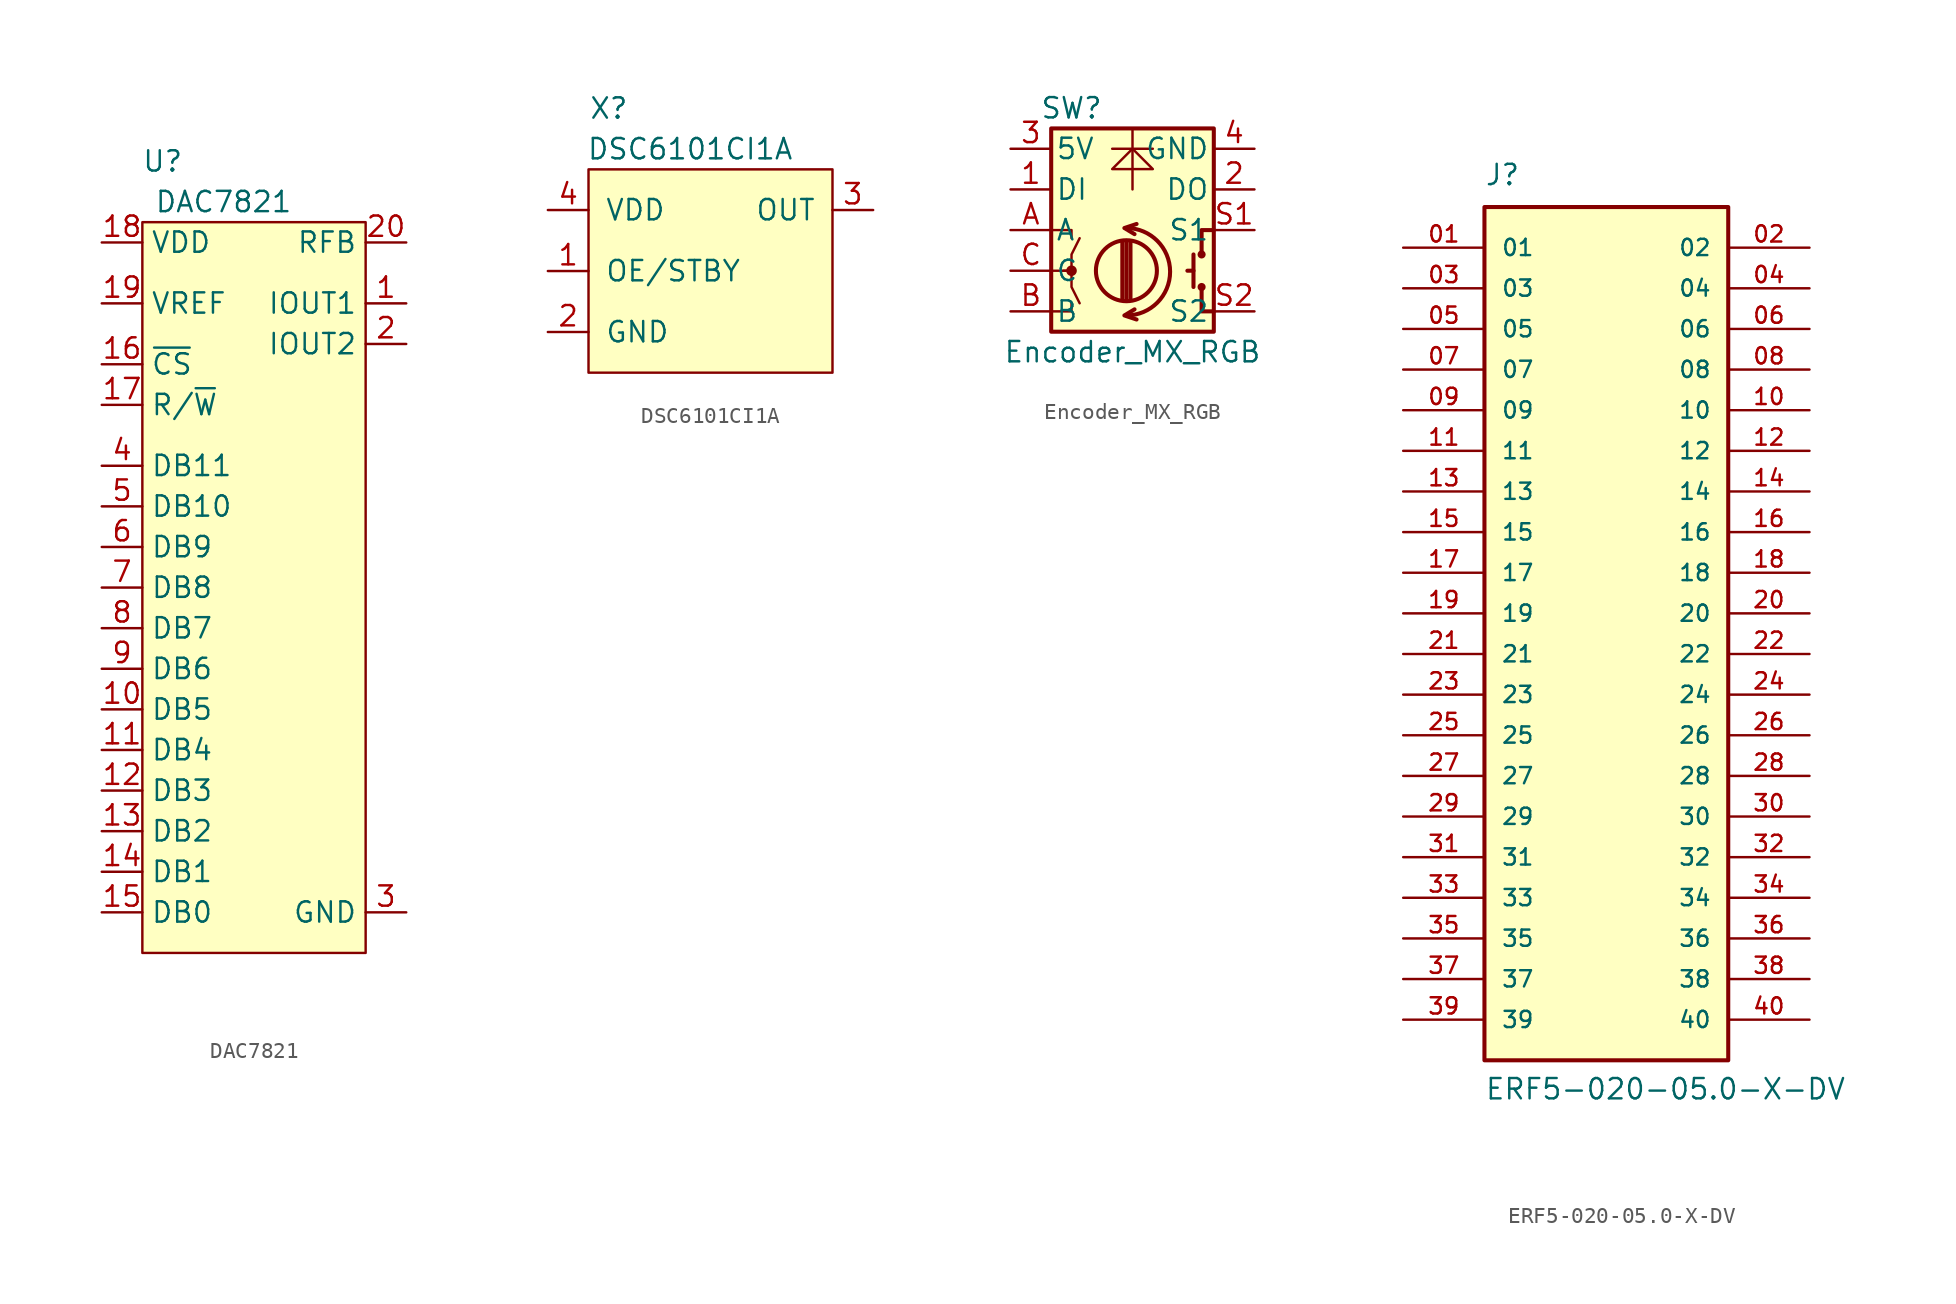
<source format=kicad_sym>
(kicad_symbol_lib
  (version 20231120)
  (generator "kicad_symbol_editor")
  (generator_version "8.0")
  (symbol "DAC7821"
    (property "Reference" "U"
      (at -5.08 25.4 0)
      (effects (font (size 1.27 1.27))))
    (property "Value" "DAC7821"
      (at -1.27 22.86 0)
      (effects (font (size 1.27 1.27))))
    (symbol "DAC7821_0_1"
      (rectangle (start -6.35 21.59) (end 7.62 -24.13) (stroke (width 0.152) (type default)) (fill (type background))))
    (symbol "DAC7821_1_1"
      (pin output line (at 10.16 16.51 180) (length 2.54) (name "IOUT1" (effects (font (size 1.27 1.27)))) (number "1" (effects (font (size 1.27 1.27)))))
      (pin input line (at -8.89 -8.89 0) (length 2.54) (name "DB5" (effects (font (size 1.27 1.27)))) (number "10" (effects (font (size 1.27 1.27)))))
      (pin input line (at -8.89 -11.43 0) (length 2.54) (name "DB4" (effects (font (size 1.27 1.27)))) (number "11" (effects (font (size 1.27 1.27)))))
      (pin input line (at -8.89 -13.97 0) (length 2.54) (name "DB3" (effects (font (size 1.27 1.27)))) (number "12" (effects (font (size 1.27 1.27)))))
      (pin input line (at -8.89 -16.51 0) (length 2.54) (name "DB2" (effects (font (size 1.27 1.27)))) (number "13" (effects (font (size 1.27 1.27)))))
      (pin input line (at -8.89 -19.05 0) (length 2.54) (name "DB1" (effects (font (size 1.27 1.27)))) (number "14" (effects (font (size 1.27 1.27)))))
      (pin input line (at -8.89 -21.59 0) (length 2.54) (name "DB0" (effects (font (size 1.27 1.27)))) (number "15" (effects (font (size 1.27 1.27)))))
      (pin input line (at -8.89 12.7 0) (length 2.54) (name "~{CS}" (effects (font (size 1.27 1.27)))) (number "16" (effects (font (size 1.27 1.27)))))
      (pin bidirectional line (at -8.89 10.16 0) (length 2.54) (name "R/~{W}" (effects (font (size 1.27 1.27)))) (number "17" (effects (font (size 1.27 1.27)))))
      (pin power_in line (at -8.89 20.32 0) (length 2.54) (name "VDD" (effects (font (size 1.27 1.27)))) (number "18" (effects (font (size 1.27 1.27)))))
      (pin input line (at -8.89 16.51 0) (length 2.54) (name "VREF" (effects (font (size 1.27 1.27)))) (number "19" (effects (font (size 1.27 1.27)))))
      (pin output line (at 10.16 13.97 180) (length 2.54) (name "IOUT2" (effects (font (size 1.27 1.27)))) (number "2" (effects (font (size 1.27 1.27)))))
      (pin input line (at 10.16 20.32 180) (length 2.54) (name "RFB" (effects (font (size 1.27 1.27)))) (number "20" (effects (font (size 1.27 1.27)))))
      (pin power_out line (at 10.16 -21.59 180) (length 2.54) (name "GND" (effects (font (size 1.27 1.27)))) (number "3" (effects (font (size 1.27 1.27)))))
      (pin input line (at -8.89 6.35 0) (length 2.54) (name "DB11" (effects (font (size 1.27 1.27)))) (number "4" (effects (font (size 1.27 1.27)))))
      (pin input line (at -8.89 3.81 0) (length 2.54) (name "DB10" (effects (font (size 1.27 1.27)))) (number "5" (effects (font (size 1.27 1.27)))))
      (pin input line (at -8.89 1.27 0) (length 2.54) (name "DB9" (effects (font (size 1.27 1.27)))) (number "6" (effects (font (size 1.27 1.27)))))
      (pin input line (at -8.89 -1.27 0) (length 2.54) (name "DB8" (effects (font (size 1.27 1.27)))) (number "7" (effects (font (size 1.27 1.27)))))
      (pin input line (at -8.89 -3.81 0) (length 2.54) (name "DB7" (effects (font (size 1.27 1.27)))) (number "8" (effects (font (size 1.27 1.27)))))
      (pin input line (at -8.89 -6.35 0) (length 2.54) (name "DB6" (effects (font (size 1.27 1.27)))) (number "9" (effects (font (size 1.27 1.27)))))))
  (symbol "DSC6101CI1A"
    (pin_names
      (offset 1.016))
    (property "Reference" "X"
      (at -6.35 10.16 0)
      (effects (font (size 1.27 1.27))))
    (property "Value" "DSC6101CI1A"
      (at -1.27 7.62 0)
      (effects (font (size 1.27 1.27))))
    (symbol "DSC6101CI1A_0_1"
      (rectangle (start -7.62 6.35) (end 7.62 -6.35) (stroke (width 0) (type default)) (fill (type background))))
    (symbol "DSC6101CI1A_1_1"
      (pin input line (at -10.16 0 0) (length 2.54) (name "OE/STBY" (effects (font (size 1.27 1.27)))) (number "1" (effects (font (size 1.27 1.27)))))
      (pin input line (at -10.16 -3.81 0) (length 2.54) (name "GND" (effects (font (size 1.27 1.27)))) (number "2" (effects (font (size 1.27 1.27)))))
      (pin output line (at 10.16 3.81 180) (length 2.54) (name "OUT" (effects (font (size 1.27 1.27)))) (number "3" (effects (font (size 1.27 1.27)))))
      (pin power_in line (at -10.16 3.81 0) (length 2.54) (name "VDD" (effects (font (size 1.27 1.27)))) (number "4" (effects (font (size 1.27 1.27)))))))
  (symbol "Encoder_MX_RGB"
    (pin_names
      (offset 0.254))
    (property "Reference" "SW"
      (at -3.81 7.62 0)
      (effects (font (size 1.27 1.27))))
    (property "Value" "Encoder_MX_RGB"
      (at 0 -7.62 0)
      (effects (font (size 1.27 1.27))))
    (symbol "Encoder_MX_RGB_0_1"
      (rectangle (start -5.08 6.35) (end 5.08 -6.35) (stroke (width 0.254) (type default)) (fill (type background)))
      (circle (center -3.81 -2.54) (radius 0.254) (stroke (width 0) (type default)) (fill (type outline)))
      (arc (start -0.381 -5.334) (mid 2.3376 -2.6035) (end -0.381 0.127) (stroke (width 0.254) (type default)) (fill (type none)))
      (circle (center -0.381 -2.54) (radius 1.905) (stroke (width 0.254) (type default)) (fill (type none)))
      (polyline (pts (xy -0.635 -4.318) (xy -0.635 -0.762)) (stroke (width 0.254) (type default)) (fill (type none)))
      (polyline (pts (xy -0.381 -4.318) (xy -0.381 -0.762)) (stroke (width 0.254) (type default)) (fill (type none)))
      (polyline (pts (xy -0.127 -0.762) (xy -0.127 -4.318)) (stroke (width 0.254) (type default)) (fill (type none)))
      (polyline (pts (xy 0 2.54) (xy 0 6.35)) (stroke (width 0) (type default)) (fill (type none)))
      (polyline (pts (xy 3.81 -2.54) (xy 3.429 -2.54)) (stroke (width 0.254) (type default)) (fill (type none)))
      (polyline (pts (xy 3.81 -1.524) (xy 3.81 -3.556)) (stroke (width 0.254) (type default)) (fill (type none)))
      (polyline (pts (xy -5.08 -5.08) (xy -3.81 -5.08) (xy -3.81 -4.572)) (stroke (width 0) (type default)) (fill (type none)))
      (polyline (pts (xy -5.08 0) (xy -3.81 0) (xy -3.81 -0.508)) (stroke (width 0) (type default)) (fill (type none)))
      (polyline (pts (xy 0.254 -5.588) (xy -0.508 -5.334) (xy 0.127 -4.953)) (stroke (width 0.254) (type default)) (fill (type none)))
      (polyline (pts (xy 0.254 0.381) (xy -0.508 0.127) (xy 0.127 -0.254)) (stroke (width 0.254) (type default)) (fill (type none)))
      (polyline (pts (xy 5.08 -5.08) (xy 4.318 -5.08) (xy 4.318 -3.556)) (stroke (width 0.254) (type default)) (fill (type none)))
      (polyline (pts (xy 5.08 0) (xy 4.318 0) (xy 4.318 -1.524)) (stroke (width 0.254) (type default)) (fill (type none)))
      (polyline (pts (xy -5.08 -2.54) (xy -3.81 -2.54) (xy -3.81 -3.556) (xy -3.302 -4.572)) (stroke (width 0) (type default)) (fill (type none)))
      (polyline (pts (xy -4.318 -2.54) (xy -3.81 -2.54) (xy -3.81 -1.524) (xy -3.302 -0.508)) (stroke (width 0) (type default)) (fill (type none)))
      (polyline (pts (xy 0 5.08) (xy -1.27 3.81) (xy 0 3.81) (xy 1.27 3.81) (xy 0 5.08) (xy -1.27 5.08) (xy 1.27 5.08)) (stroke (width 0) (type default)) (fill (type none)))
      (circle (center 4.318 -3.556) (radius 0.127) (stroke (width 0.254) (type default)) (fill (type none)))
      (circle (center 4.318 -1.524) (radius 0.127) (stroke (width 0.254) (type default)) (fill (type none))))
    (symbol "Encoder_MX_RGB_1_1"
      (pin input line (at -7.62 2.54 0) (length 2.54) (name "DI" (effects (font (size 1.27 1.27)))) (number "1" (effects (font (size 1.27 1.27)))))
      (pin output line (at 7.62 2.54 180) (length 2.54) (name "DO" (effects (font (size 1.27 1.27)))) (number "2" (effects (font (size 1.27 1.27)))))
      (pin input line (at -7.62 5.08 0) (length 2.54) (name "5V" (effects (font (size 1.27 1.27)))) (number "3" (effects (font (size 1.27 1.27)))))
      (pin input line (at 7.62 5.08 180) (length 2.54) (name "GND" (effects (font (size 1.27 1.27)))) (number "4" (effects (font (size 1.27 1.27)))))
      (pin passive line (at -7.62 0 0) (length 2.54) (name "A" (effects (font (size 1.27 1.27)))) (number "A" (effects (font (size 1.27 1.27)))))
      (pin passive line (at -7.62 -5.08 0) (length 2.54) (name "B" (effects (font (size 1.27 1.27)))) (number "B" (effects (font (size 1.27 1.27)))))
      (pin passive line (at -7.62 -2.54 0) (length 2.54) (name "C" (effects (font (size 1.27 1.27)))) (number "C" (effects (font (size 1.27 1.27)))))
      (pin passive line (at 7.62 0 180) (length 2.54) (name "S1" (effects (font (size 1.27 1.27)))) (number "S1" (effects (font (size 1.27 1.27)))))
      (pin passive line (at 7.62 -5.08 180) (length 2.54) (name "S2" (effects (font (size 1.27 1.27)))) (number "S2" (effects (font (size 1.27 1.27)))))))
  (symbol "ERF5-020-05.0-X-DV"
    (pin_names
      (offset 1.016))
    (property "Reference" "J"
      (at -7.62 26.67 0)
      (effects (font (size 1.27 1.27)) (justify left bottom)))
    (property "Value" "ERF5-020-05.0-X-DV"
      (at -7.62 -30.48 0)
      (effects (font (size 1.27 1.27)) (justify left bottom)))
    (symbol "ERF5-020-05.0-X-DV_0_0"
      (rectangle (start -7.62 -27.94) (end 7.62 25.4) (stroke (width 0.254) (type default)) (fill (type background)))
      (pin passive line (at -12.7 22.86 0) (length 5.08) (name "01" (effects (font (size 1.016 1.016)))) (number "01" (effects (font (size 1.016 1.016)))))
      (pin passive line (at 12.7 22.86 180) (length 5.08) (name "02" (effects (font (size 1.016 1.016)))) (number "02" (effects (font (size 1.016 1.016)))))
      (pin passive line (at -12.7 20.32 0) (length 5.08) (name "03" (effects (font (size 1.016 1.016)))) (number "03" (effects (font (size 1.016 1.016)))))
      (pin passive line (at 12.7 20.32 180) (length 5.08) (name "04" (effects (font (size 1.016 1.016)))) (number "04" (effects (font (size 1.016 1.016)))))
      (pin passive line (at -12.7 17.78 0) (length 5.08) (name "05" (effects (font (size 1.016 1.016)))) (number "05" (effects (font (size 1.016 1.016)))))
      (pin passive line (at 12.7 17.78 180) (length 5.08) (name "06" (effects (font (size 1.016 1.016)))) (number "06" (effects (font (size 1.016 1.016)))))
      (pin passive line (at -12.7 15.24 0) (length 5.08) (name "07" (effects (font (size 1.016 1.016)))) (number "07" (effects (font (size 1.016 1.016)))))
      (pin passive line (at 12.7 15.24 180) (length 5.08) (name "08" (effects (font (size 1.016 1.016)))) (number "08" (effects (font (size 1.016 1.016)))))
      (pin passive line (at -12.7 12.7 0) (length 5.08) (name "09" (effects (font (size 1.016 1.016)))) (number "09" (effects (font (size 1.016 1.016)))))
      (pin passive line (at 12.7 12.7 180) (length 5.08) (name "10" (effects (font (size 1.016 1.016)))) (number "10" (effects (font (size 1.016 1.016)))))
      (pin passive line (at -12.7 10.16 0) (length 5.08) (name "11" (effects (font (size 1.016 1.016)))) (number "11" (effects (font (size 1.016 1.016)))))
      (pin passive line (at 12.7 10.16 180) (length 5.08) (name "12" (effects (font (size 1.016 1.016)))) (number "12" (effects (font (size 1.016 1.016)))))
      (pin passive line (at -12.7 7.62 0) (length 5.08) (name "13" (effects (font (size 1.016 1.016)))) (number "13" (effects (font (size 1.016 1.016)))))
      (pin passive line (at 12.7 7.62 180) (length 5.08) (name "14" (effects (font (size 1.016 1.016)))) (number "14" (effects (font (size 1.016 1.016)))))
      (pin passive line (at -12.7 5.08 0) (length 5.08) (name "15" (effects (font (size 1.016 1.016)))) (number "15" (effects (font (size 1.016 1.016)))))
      (pin passive line (at 12.7 5.08 180) (length 5.08) (name "16" (effects (font (size 1.016 1.016)))) (number "16" (effects (font (size 1.016 1.016)))))
      (pin passive line (at -12.7 2.54 0) (length 5.08) (name "17" (effects (font (size 1.016 1.016)))) (number "17" (effects (font (size 1.016 1.016)))))
      (pin passive line (at 12.7 2.54 180) (length 5.08) (name "18" (effects (font (size 1.016 1.016)))) (number "18" (effects (font (size 1.016 1.016)))))
      (pin passive line (at -12.7 0 0) (length 5.08) (name "19" (effects (font (size 1.016 1.016)))) (number "19" (effects (font (size 1.016 1.016)))))
      (pin passive line (at 12.7 0 180) (length 5.08) (name "20" (effects (font (size 1.016 1.016)))) (number "20" (effects (font (size 1.016 1.016)))))
      (pin passive line (at -12.7 -2.54 0) (length 5.08) (name "21" (effects (font (size 1.016 1.016)))) (number "21" (effects (font (size 1.016 1.016)))))
      (pin passive line (at 12.7 -2.54 180) (length 5.08) (name "22" (effects (font (size 1.016 1.016)))) (number "22" (effects (font (size 1.016 1.016)))))
      (pin passive line (at -12.7 -5.08 0) (length 5.08) (name "23" (effects (font (size 1.016 1.016)))) (number "23" (effects (font (size 1.016 1.016)))))
      (pin passive line (at 12.7 -5.08 180) (length 5.08) (name "24" (effects (font (size 1.016 1.016)))) (number "24" (effects (font (size 1.016 1.016)))))
      (pin passive line (at -12.7 -7.62 0) (length 5.08) (name "25" (effects (font (size 1.016 1.016)))) (number "25" (effects (font (size 1.016 1.016)))))
      (pin passive line (at 12.7 -7.62 180) (length 5.08) (name "26" (effects (font (size 1.016 1.016)))) (number "26" (effects (font (size 1.016 1.016)))))
      (pin passive line (at -12.7 -10.16 0) (length 5.08) (name "27" (effects (font (size 1.016 1.016)))) (number "27" (effects (font (size 1.016 1.016)))))
      (pin passive line (at 12.7 -10.16 180) (length 5.08) (name "28" (effects (font (size 1.016 1.016)))) (number "28" (effects (font (size 1.016 1.016)))))
      (pin passive line (at -12.7 -12.7 0) (length 5.08) (name "29" (effects (font (size 1.016 1.016)))) (number "29" (effects (font (size 1.016 1.016)))))
      (pin passive line (at 12.7 -12.7 180) (length 5.08) (name "30" (effects (font (size 1.016 1.016)))) (number "30" (effects (font (size 1.016 1.016)))))
      (pin passive line (at -12.7 -15.24 0) (length 5.08) (name "31" (effects (font (size 1.016 1.016)))) (number "31" (effects (font (size 1.016 1.016)))))
      (pin passive line (at 12.7 -15.24 180) (length 5.08) (name "32" (effects (font (size 1.016 1.016)))) (number "32" (effects (font (size 1.016 1.016)))))
      (pin passive line (at -12.7 -17.78 0) (length 5.08) (name "33" (effects (font (size 1.016 1.016)))) (number "33" (effects (font (size 1.016 1.016)))))
      (pin passive line (at 12.7 -17.78 180) (length 5.08) (name "34" (effects (font (size 1.016 1.016)))) (number "34" (effects (font (size 1.016 1.016)))))
      (pin passive line (at -12.7 -20.32 0) (length 5.08) (name "35" (effects (font (size 1.016 1.016)))) (number "35" (effects (font (size 1.016 1.016)))))
      (pin passive line (at 12.7 -20.32 180) (length 5.08) (name "36" (effects (font (size 1.016 1.016)))) (number "36" (effects (font (size 1.016 1.016)))))
      (pin passive line (at -12.7 -22.86 0) (length 5.08) (name "37" (effects (font (size 1.016 1.016)))) (number "37" (effects (font (size 1.016 1.016)))))
      (pin passive line (at 12.7 -22.86 180) (length 5.08) (name "38" (effects (font (size 1.016 1.016)))) (number "38" (effects (font (size 1.016 1.016)))))
      (pin passive line (at -12.7 -25.4 0) (length 5.08) (name "39" (effects (font (size 1.016 1.016)))) (number "39" (effects (font (size 1.016 1.016)))))
      (pin passive line (at 12.7 -25.4 180) (length 5.08) (name "40" (effects (font (size 1.016 1.016)))) (number "40" (effects (font (size 1.016 1.016))))))))
</source>
